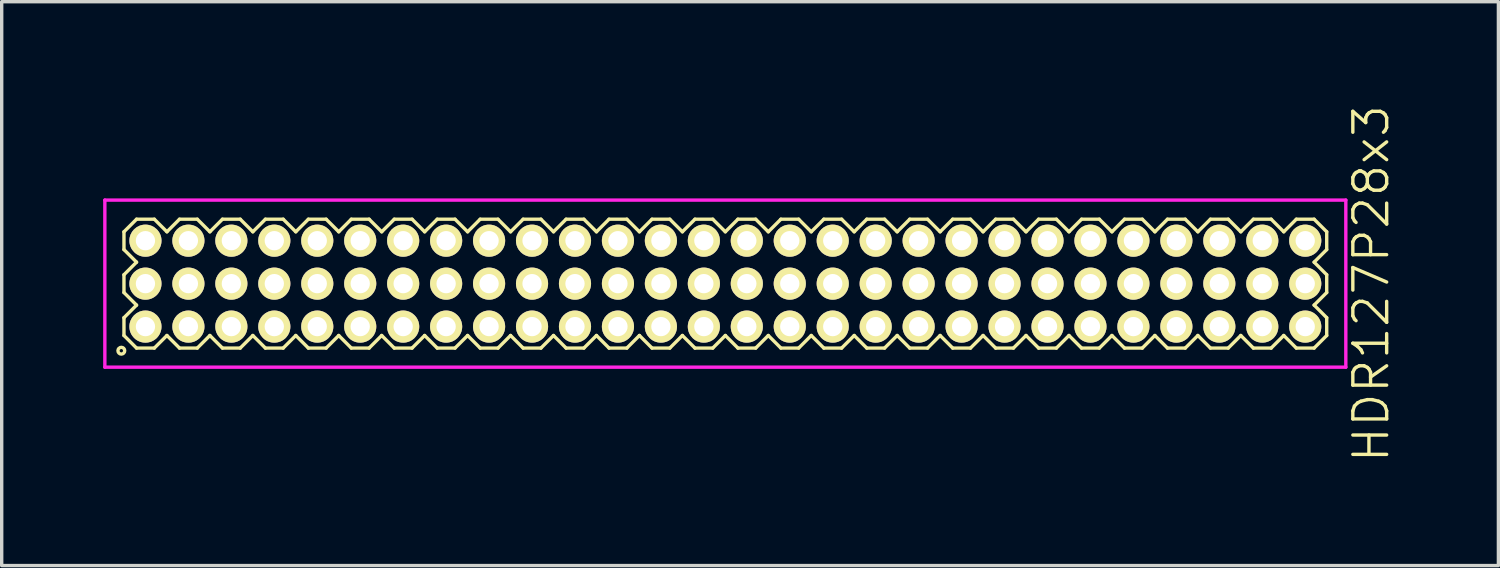
<source format=kicad_pcb>
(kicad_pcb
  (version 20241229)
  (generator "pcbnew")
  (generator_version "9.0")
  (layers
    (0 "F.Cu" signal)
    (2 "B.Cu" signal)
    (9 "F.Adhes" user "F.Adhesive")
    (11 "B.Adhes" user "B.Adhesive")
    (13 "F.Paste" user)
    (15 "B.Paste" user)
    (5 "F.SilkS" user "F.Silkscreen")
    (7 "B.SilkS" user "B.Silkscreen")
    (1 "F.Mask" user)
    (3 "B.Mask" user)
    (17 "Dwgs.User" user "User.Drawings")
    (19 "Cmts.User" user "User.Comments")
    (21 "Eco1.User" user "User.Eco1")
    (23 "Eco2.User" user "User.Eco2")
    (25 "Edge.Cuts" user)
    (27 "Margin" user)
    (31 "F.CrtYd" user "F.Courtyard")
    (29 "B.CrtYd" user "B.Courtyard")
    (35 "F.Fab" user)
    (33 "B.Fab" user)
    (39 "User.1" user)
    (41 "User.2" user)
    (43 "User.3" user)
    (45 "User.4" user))
  (footprint "HDR127P28x3"
    (layer "F.Cu")
    (at 18.395 5.336)
    (property "Reference" "HDR127P28x3" (at 19.095 0 90) (layer "F.SilkS") (effects (font (size 1 1) (thickness 0.1))))
    (attr through_hole)
    (fp_line (start -17.78 -1.533) (end -17.408 -1.905) (stroke (width 0.1) (type solid)) (layer "F.SilkS"))
    (fp_line (start -17.78 -1.007) (end -17.78 -1.533) (stroke (width 0.1) (type solid)) (layer "F.SilkS"))
    (fp_line (start -17.78 -0.263) (end -17.408 -0.635) (stroke (width 0.1) (type solid)) (layer "F.SilkS"))
    (fp_line (start -17.78 0.263) (end -17.78 -0.263) (stroke (width 0.1) (type solid)) (layer "F.SilkS"))
    (fp_line (start -17.78 1.007) (end -17.408 0.635) (stroke (width 0.1) (type solid)) (layer "F.SilkS"))
    (fp_line (start -17.78 1.533) (end -17.78 1.007) (stroke (width 0.1) (type solid)) (layer "F.SilkS"))
    (fp_line (start -17.408 -1.905) (end -16.882 -1.905) (stroke (width 0.1) (type solid)) (layer "F.SilkS"))
    (fp_line (start -17.408 -0.635) (end -17.78 -1.007) (stroke (width 0.1) (type solid)) (layer "F.SilkS"))
    (fp_line (start -17.408 0.635) (end -17.78 0.263) (stroke (width 0.1) (type solid)) (layer "F.SilkS"))
    (fp_line (start -17.408 1.905) (end -17.78 1.533) (stroke (width 0.1) (type solid)) (layer "F.SilkS"))
    (fp_line (start -16.882 -1.905) (end -16.51 -1.533) (stroke (width 0.1) (type solid)) (layer "F.SilkS"))
    (fp_line (start -16.882 1.905) (end -17.408 1.905) (stroke (width 0.1) (type solid)) (layer "F.SilkS"))
    (fp_line (start -16.51 -1.533) (end -16.138 -1.905) (stroke (width 0.1) (type solid)) (layer "F.SilkS"))
    (fp_line (start -16.51 1.533) (end -16.882 1.905) (stroke (width 0.1) (type solid)) (layer "F.SilkS"))
    (fp_line (start -16.138 -1.905) (end -15.612 -1.905) (stroke (width 0.1) (type solid)) (layer "F.SilkS"))
    (fp_line (start -16.138 1.905) (end -16.51 1.533) (stroke (width 0.1) (type solid)) (layer "F.SilkS"))
    (fp_line (start -15.612 -1.905) (end -15.24 -1.533) (stroke (width 0.1) (type solid)) (layer "F.SilkS"))
    (fp_line (start -15.612 1.905) (end -16.138 1.905) (stroke (width 0.1) (type solid)) (layer "F.SilkS"))
    (fp_line (start -15.24 -1.533) (end -14.868 -1.905) (stroke (width 0.1) (type solid)) (layer "F.SilkS"))
    (fp_line (start -15.24 1.533) (end -15.612 1.905) (stroke (width 0.1) (type solid)) (layer "F.SilkS"))
    (fp_line (start -14.868 -1.905) (end -14.342 -1.905) (stroke (width 0.1) (type solid)) (layer "F.SilkS"))
    (fp_line (start -14.868 1.905) (end -15.24 1.533) (stroke (width 0.1) (type solid)) (layer "F.SilkS"))
    (fp_line (start -14.342 -1.905) (end -13.97 -1.533) (stroke (width 0.1) (type solid)) (layer "F.SilkS"))
    (fp_line (start -14.342 1.905) (end -14.868 1.905) (stroke (width 0.1) (type solid)) (layer "F.SilkS"))
    (fp_line (start -13.97 -1.533) (end -13.598 -1.905) (stroke (width 0.1) (type solid)) (layer "F.SilkS"))
    (fp_line (start -13.97 1.533) (end -14.342 1.905) (stroke (width 0.1) (type solid)) (layer "F.SilkS"))
    (fp_line (start -13.598 -1.905) (end -13.072 -1.905) (stroke (width 0.1) (type solid)) (layer "F.SilkS"))
    (fp_line (start -13.598 1.905) (end -13.97 1.533) (stroke (width 0.1) (type solid)) (layer "F.SilkS"))
    (fp_line (start -13.072 -1.905) (end -12.7 -1.533) (stroke (width 0.1) (type solid)) (layer "F.SilkS"))
    (fp_line (start -13.072 1.905) (end -13.598 1.905) (stroke (width 0.1) (type solid)) (layer "F.SilkS"))
    (fp_line (start -12.7 -1.533) (end -12.328 -1.905) (stroke (width 0.1) (type solid)) (layer "F.SilkS"))
    (fp_line (start -12.7 1.533) (end -13.072 1.905) (stroke (width 0.1) (type solid)) (layer "F.SilkS"))
    (fp_line (start -12.328 -1.905) (end -11.802 -1.905) (stroke (width 0.1) (type solid)) (layer "F.SilkS"))
    (fp_line (start -12.328 1.905) (end -12.7 1.533) (stroke (width 0.1) (type solid)) (layer "F.SilkS"))
    (fp_line (start -11.802 -1.905) (end -11.43 -1.533) (stroke (width 0.1) (type solid)) (layer "F.SilkS"))
    (fp_line (start -11.802 1.905) (end -12.328 1.905) (stroke (width 0.1) (type solid)) (layer "F.SilkS"))
    (fp_line (start -11.43 -1.533) (end -11.058 -1.905) (stroke (width 0.1) (type solid)) (layer "F.SilkS"))
    (fp_line (start -11.43 1.533) (end -11.802 1.905) (stroke (width 0.1) (type solid)) (layer "F.SilkS"))
    (fp_line (start -11.058 -1.905) (end -10.532 -1.905) (stroke (width 0.1) (type solid)) (layer "F.SilkS"))
    (fp_line (start -11.058 1.905) (end -11.43 1.533) (stroke (width 0.1) (type solid)) (layer "F.SilkS"))
    (fp_line (start -10.532 -1.905) (end -10.16 -1.533) (stroke (width 0.1) (type solid)) (layer "F.SilkS"))
    (fp_line (start -10.532 1.905) (end -11.058 1.905) (stroke (width 0.1) (type solid)) (layer "F.SilkS"))
    (fp_line (start -10.16 -1.533) (end -9.788 -1.905) (stroke (width 0.1) (type solid)) (layer "F.SilkS"))
    (fp_line (start -10.16 1.533) (end -10.532 1.905) (stroke (width 0.1) (type solid)) (layer "F.SilkS"))
    (fp_line (start -9.788 -1.905) (end -9.262 -1.905) (stroke (width 0.1) (type solid)) (layer "F.SilkS"))
    (fp_line (start -9.788 1.905) (end -10.16 1.533) (stroke (width 0.1) (type solid)) (layer "F.SilkS"))
    (fp_line (start -9.262 -1.905) (end -8.89 -1.533) (stroke (width 0.1) (type solid)) (layer "F.SilkS"))
    (fp_line (start -9.262 1.905) (end -9.788 1.905) (stroke (width 0.1) (type solid)) (layer "F.SilkS"))
    (fp_line (start -8.89 -1.533) (end -8.518 -1.905) (stroke (width 0.1) (type solid)) (layer "F.SilkS"))
    (fp_line (start -8.89 1.533) (end -9.262 1.905) (stroke (width 0.1) (type solid)) (layer "F.SilkS"))
    (fp_line (start -8.518 -1.905) (end -7.992 -1.905) (stroke (width 0.1) (type solid)) (layer "F.SilkS"))
    (fp_line (start -8.518 1.905) (end -8.89 1.533) (stroke (width 0.1) (type solid)) (layer "F.SilkS"))
    (fp_line (start -7.992 -1.905) (end -7.62 -1.533) (stroke (width 0.1) (type solid)) (layer "F.SilkS"))
    (fp_line (start -7.992 1.905) (end -8.518 1.905) (stroke (width 0.1) (type solid)) (layer "F.SilkS"))
    (fp_line (start -7.62 -1.533) (end -7.248 -1.905) (stroke (width 0.1) (type solid)) (layer "F.SilkS"))
    (fp_line (start -7.62 1.533) (end -7.992 1.905) (stroke (width 0.1) (type solid)) (layer "F.SilkS"))
    (fp_line (start -7.248 -1.905) (end -6.722 -1.905) (stroke (width 0.1) (type solid)) (layer "F.SilkS"))
    (fp_line (start -7.248 1.905) (end -7.62 1.533) (stroke (width 0.1) (type solid)) (layer "F.SilkS"))
    (fp_line (start -6.722 -1.905) (end -6.35 -1.533) (stroke (width 0.1) (type solid)) (layer "F.SilkS"))
    (fp_line (start -6.722 1.905) (end -7.248 1.905) (stroke (width 0.1) (type solid)) (layer "F.SilkS"))
    (fp_line (start -6.35 -1.533) (end -5.978 -1.905) (stroke (width 0.1) (type solid)) (layer "F.SilkS"))
    (fp_line (start -6.35 1.533) (end -6.722 1.905) (stroke (width 0.1) (type solid)) (layer "F.SilkS"))
    (fp_line (start -5.978 -1.905) (end -5.452 -1.905) (stroke (width 0.1) (type solid)) (layer "F.SilkS"))
    (fp_line (start -5.978 1.905) (end -6.35 1.533) (stroke (width 0.1) (type solid)) (layer "F.SilkS"))
    (fp_line (start -5.452 -1.905) (end -5.08 -1.533) (stroke (width 0.1) (type solid)) (layer "F.SilkS"))
    (fp_line (start -5.452 1.905) (end -5.978 1.905) (stroke (width 0.1) (type solid)) (layer "F.SilkS"))
    (fp_line (start -5.08 -1.533) (end -4.708 -1.905) (stroke (width 0.1) (type solid)) (layer "F.SilkS"))
    (fp_line (start -5.08 1.533) (end -5.452 1.905) (stroke (width 0.1) (type solid)) (layer "F.SilkS"))
    (fp_line (start -4.708 -1.905) (end -4.182 -1.905) (stroke (width 0.1) (type solid)) (layer "F.SilkS"))
    (fp_line (start -4.708 1.905) (end -5.08 1.533) (stroke (width 0.1) (type solid)) (layer "F.SilkS"))
    (fp_line (start -4.182 -1.905) (end -3.81 -1.533) (stroke (width 0.1) (type solid)) (layer "F.SilkS"))
    (fp_line (start -4.182 1.905) (end -4.708 1.905) (stroke (width 0.1) (type solid)) (layer "F.SilkS"))
    (fp_line (start -3.81 -1.533) (end -3.438 -1.905) (stroke (width 0.1) (type solid)) (layer "F.SilkS"))
    (fp_line (start -3.81 1.533) (end -4.182 1.905) (stroke (width 0.1) (type solid)) (layer "F.SilkS"))
    (fp_line (start -3.438 -1.905) (end -2.912 -1.905) (stroke (width 0.1) (type solid)) (layer "F.SilkS"))
    (fp_line (start -3.438 1.905) (end -3.81 1.533) (stroke (width 0.1) (type solid)) (layer "F.SilkS"))
    (fp_line (start -2.912 -1.905) (end -2.54 -1.533) (stroke (width 0.1) (type solid)) (layer "F.SilkS"))
    (fp_line (start -2.912 1.905) (end -3.438 1.905) (stroke (width 0.1) (type solid)) (layer "F.SilkS"))
    (fp_line (start -2.54 -1.533) (end -2.168 -1.905) (stroke (width 0.1) (type solid)) (layer "F.SilkS"))
    (fp_line (start -2.54 1.533) (end -2.912 1.905) (stroke (width 0.1) (type solid)) (layer "F.SilkS"))
    (fp_line (start -2.168 -1.905) (end -1.642 -1.905) (stroke (width 0.1) (type solid)) (layer "F.SilkS"))
    (fp_line (start -2.168 1.905) (end -2.54 1.533) (stroke (width 0.1) (type solid)) (layer "F.SilkS"))
    (fp_line (start -1.642 -1.905) (end -1.27 -1.533) (stroke (width 0.1) (type solid)) (layer "F.SilkS"))
    (fp_line (start -1.642 1.905) (end -2.168 1.905) (stroke (width 0.1) (type solid)) (layer "F.SilkS"))
    (fp_line (start -1.27 -1.533) (end -0.898 -1.905) (stroke (width 0.1) (type solid)) (layer "F.SilkS"))
    (fp_line (start -1.27 1.533) (end -1.642 1.905) (stroke (width 0.1) (type solid)) (layer "F.SilkS"))
    (fp_line (start -0.898 -1.905) (end -0.372 -1.905) (stroke (width 0.1) (type solid)) (layer "F.SilkS"))
    (fp_line (start -0.898 1.905) (end -1.27 1.533) (stroke (width 0.1) (type solid)) (layer "F.SilkS"))
    (fp_line (start -0.372 -1.905) (end 0 -1.533) (stroke (width 0.1) (type solid)) (layer "F.SilkS"))
    (fp_line (start -0.372 1.905) (end -0.898 1.905) (stroke (width 0.1) (type solid)) (layer "F.SilkS"))
    (fp_line (start 0 -1.533) (end 0.372 -1.905) (stroke (width 0.1) (type solid)) (layer "F.SilkS"))
    (fp_line (start 0 1.533) (end -0.372 1.905) (stroke (width 0.1) (type solid)) (layer "F.SilkS"))
    (fp_line (start 0.372 -1.905) (end 0.898 -1.905) (stroke (width 0.1) (type solid)) (layer "F.SilkS"))
    (fp_line (start 0.372 1.905) (end 0 1.533) (stroke (width 0.1) (type solid)) (layer "F.SilkS"))
    (fp_line (start 0.898 -1.905) (end 1.27 -1.533) (stroke (width 0.1) (type solid)) (layer "F.SilkS"))
    (fp_line (start 0.898 1.905) (end 0.372 1.905) (stroke (width 0.1) (type solid)) (layer "F.SilkS"))
    (fp_line (start 1.27 -1.533) (end 1.642 -1.905) (stroke (width 0.1) (type solid)) (layer "F.SilkS"))
    (fp_line (start 1.27 1.533) (end 0.898 1.905) (stroke (width 0.1) (type solid)) (layer "F.SilkS"))
    (fp_line (start 1.642 -1.905) (end 2.168 -1.905) (stroke (width 0.1) (type solid)) (layer "F.SilkS"))
    (fp_line (start 1.642 1.905) (end 1.27 1.533) (stroke (width 0.1) (type solid)) (layer "F.SilkS"))
    (fp_line (start 2.168 -1.905) (end 2.54 -1.533) (stroke (width 0.1) (type solid)) (layer "F.SilkS"))
    (fp_line (start 2.168 1.905) (end 1.642 1.905) (stroke (width 0.1) (type solid)) (layer "F.SilkS"))
    (fp_line (start 2.54 -1.533) (end 2.912 -1.905) (stroke (width 0.1) (type solid)) (layer "F.SilkS"))
    (fp_line (start 2.54 1.533) (end 2.168 1.905) (stroke (width 0.1) (type solid)) (layer "F.SilkS"))
    (fp_line (start 2.912 -1.905) (end 3.438 -1.905) (stroke (width 0.1) (type solid)) (layer "F.SilkS"))
    (fp_line (start 2.912 1.905) (end 2.54 1.533) (stroke (width 0.1) (type solid)) (layer "F.SilkS"))
    (fp_line (start 3.438 -1.905) (end 3.81 -1.533) (stroke (width 0.1) (type solid)) (layer "F.SilkS"))
    (fp_line (start 3.438 1.905) (end 2.912 1.905) (stroke (width 0.1) (type solid)) (layer "F.SilkS"))
    (fp_line (start 3.81 -1.533) (end 4.182 -1.905) (stroke (width 0.1) (type solid)) (layer "F.SilkS"))
    (fp_line (start 3.81 1.533) (end 3.438 1.905) (stroke (width 0.1) (type solid)) (layer "F.SilkS"))
    (fp_line (start 4.182 -1.905) (end 4.708 -1.905) (stroke (width 0.1) (type solid)) (layer "F.SilkS"))
    (fp_line (start 4.182 1.905) (end 3.81 1.533) (stroke (width 0.1) (type solid)) (layer "F.SilkS"))
    (fp_line (start 4.708 -1.905) (end 5.08 -1.533) (stroke (width 0.1) (type solid)) (layer "F.SilkS"))
    (fp_line (start 4.708 1.905) (end 4.182 1.905) (stroke (width 0.1) (type solid)) (layer "F.SilkS"))
    (fp_line (start 5.08 -1.533) (end 5.452 -1.905) (stroke (width 0.1) (type solid)) (layer "F.SilkS"))
    (fp_line (start 5.08 1.533) (end 4.708 1.905) (stroke (width 0.1) (type solid)) (layer "F.SilkS"))
    (fp_line (start 5.452 -1.905) (end 5.978 -1.905) (stroke (width 0.1) (type solid)) (layer "F.SilkS"))
    (fp_line (start 5.452 1.905) (end 5.08 1.533) (stroke (width 0.1) (type solid)) (layer "F.SilkS"))
    (fp_line (start 5.978 -1.905) (end 6.35 -1.533) (stroke (width 0.1) (type solid)) (layer "F.SilkS"))
    (fp_line (start 5.978 1.905) (end 5.452 1.905) (stroke (width 0.1) (type solid)) (layer "F.SilkS"))
    (fp_line (start 6.35 -1.533) (end 6.722 -1.905) (stroke (width 0.1) (type solid)) (layer "F.SilkS"))
    (fp_line (start 6.35 1.533) (end 5.978 1.905) (stroke (width 0.1) (type solid)) (layer "F.SilkS"))
    (fp_line (start 6.722 -1.905) (end 7.248 -1.905) (stroke (width 0.1) (type solid)) (layer "F.SilkS"))
    (fp_line (start 6.722 1.905) (end 6.35 1.533) (stroke (width 0.1) (type solid)) (layer "F.SilkS"))
    (fp_line (start 7.248 -1.905) (end 7.62 -1.533) (stroke (width 0.1) (type solid)) (layer "F.SilkS"))
    (fp_line (start 7.248 1.905) (end 6.722 1.905) (stroke (width 0.1) (type solid)) (layer "F.SilkS"))
    (fp_line (start 7.62 -1.533) (end 7.992 -1.905) (stroke (width 0.1) (type solid)) (layer "F.SilkS"))
    (fp_line (start 7.62 1.533) (end 7.248 1.905) (stroke (width 0.1) (type solid)) (layer "F.SilkS"))
    (fp_line (start 7.992 -1.905) (end 8.518 -1.905) (stroke (width 0.1) (type solid)) (layer "F.SilkS"))
    (fp_line (start 7.992 1.905) (end 7.62 1.533) (stroke (width 0.1) (type solid)) (layer "F.SilkS"))
    (fp_line (start 8.518 -1.905) (end 8.89 -1.533) (stroke (width 0.1) (type solid)) (layer "F.SilkS"))
    (fp_line (start 8.518 1.905) (end 7.992 1.905) (stroke (width 0.1) (type solid)) (layer "F.SilkS"))
    (fp_line (start 8.89 -1.533) (end 9.262 -1.905) (stroke (width 0.1) (type solid)) (layer "F.SilkS"))
    (fp_line (start 8.89 1.533) (end 8.518 1.905) (stroke (width 0.1) (type solid)) (layer "F.SilkS"))
    (fp_line (start 9.262 -1.905) (end 9.788 -1.905) (stroke (width 0.1) (type solid)) (layer "F.SilkS"))
    (fp_line (start 9.262 1.905) (end 8.89 1.533) (stroke (width 0.1) (type solid)) (layer "F.SilkS"))
    (fp_line (start 9.788 -1.905) (end 10.16 -1.533) (stroke (width 0.1) (type solid)) (layer "F.SilkS"))
    (fp_line (start 9.788 1.905) (end 9.262 1.905) (stroke (width 0.1) (type solid)) (layer "F.SilkS"))
    (fp_line (start 10.16 -1.533) (end 10.532 -1.905) (stroke (width 0.1) (type solid)) (layer "F.SilkS"))
    (fp_line (start 10.16 1.533) (end 9.788 1.905) (stroke (width 0.1) (type solid)) (layer "F.SilkS"))
    (fp_line (start 10.532 -1.905) (end 11.058 -1.905) (stroke (width 0.1) (type solid)) (layer "F.SilkS"))
    (fp_line (start 10.532 1.905) (end 10.16 1.533) (stroke (width 0.1) (type solid)) (layer "F.SilkS"))
    (fp_line (start 11.058 -1.905) (end 11.43 -1.533) (stroke (width 0.1) (type solid)) (layer "F.SilkS"))
    (fp_line (start 11.058 1.905) (end 10.532 1.905) (stroke (width 0.1) (type solid)) (layer "F.SilkS"))
    (fp_line (start 11.43 -1.533) (end 11.802 -1.905) (stroke (width 0.1) (type solid)) (layer "F.SilkS"))
    (fp_line (start 11.43 1.533) (end 11.058 1.905) (stroke (width 0.1) (type solid)) (layer "F.SilkS"))
    (fp_line (start 11.802 -1.905) (end 12.328 -1.905) (stroke (width 0.1) (type solid)) (layer "F.SilkS"))
    (fp_line (start 11.802 1.905) (end 11.43 1.533) (stroke (width 0.1) (type solid)) (layer "F.SilkS"))
    (fp_line (start 12.328 -1.905) (end 12.7 -1.533) (stroke (width 0.1) (type solid)) (layer "F.SilkS"))
    (fp_line (start 12.328 1.905) (end 11.802 1.905) (stroke (width 0.1) (type solid)) (layer "F.SilkS"))
    (fp_line (start 12.7 -1.533) (end 13.072 -1.905) (stroke (width 0.1) (type solid)) (layer "F.SilkS"))
    (fp_line (start 12.7 1.533) (end 12.328 1.905) (stroke (width 0.1) (type solid)) (layer "F.SilkS"))
    (fp_line (start 13.072 -1.905) (end 13.598 -1.905) (stroke (width 0.1) (type solid)) (layer "F.SilkS"))
    (fp_line (start 13.072 1.905) (end 12.7 1.533) (stroke (width 0.1) (type solid)) (layer "F.SilkS"))
    (fp_line (start 13.598 -1.905) (end 13.97 -1.533) (stroke (width 0.1) (type solid)) (layer "F.SilkS"))
    (fp_line (start 13.598 1.905) (end 13.072 1.905) (stroke (width 0.1) (type solid)) (layer "F.SilkS"))
    (fp_line (start 13.97 -1.533) (end 14.342 -1.905) (stroke (width 0.1) (type solid)) (layer "F.SilkS"))
    (fp_line (start 13.97 1.533) (end 13.598 1.905) (stroke (width 0.1) (type solid)) (layer "F.SilkS"))
    (fp_line (start 14.342 -1.905) (end 14.868 -1.905) (stroke (width 0.1) (type solid)) (layer "F.SilkS"))
    (fp_line (start 14.342 1.905) (end 13.97 1.533) (stroke (width 0.1) (type solid)) (layer "F.SilkS"))
    (fp_line (start 14.868 -1.905) (end 15.24 -1.533) (stroke (width 0.1) (type solid)) (layer "F.SilkS"))
    (fp_line (start 14.868 1.905) (end 14.342 1.905) (stroke (width 0.1) (type solid)) (layer "F.SilkS"))
    (fp_line (start 15.24 -1.533) (end 15.612 -1.905) (stroke (width 0.1) (type solid)) (layer "F.SilkS"))
    (fp_line (start 15.24 1.533) (end 14.868 1.905) (stroke (width 0.1) (type solid)) (layer "F.SilkS"))
    (fp_line (start 15.612 -1.905) (end 16.138 -1.905) (stroke (width 0.1) (type solid)) (layer "F.SilkS"))
    (fp_line (start 15.612 1.905) (end 15.24 1.533) (stroke (width 0.1) (type solid)) (layer "F.SilkS"))
    (fp_line (start 16.138 -1.905) (end 16.51 -1.533) (stroke (width 0.1) (type solid)) (layer "F.SilkS"))
    (fp_line (start 16.138 1.905) (end 15.612 1.905) (stroke (width 0.1) (type solid)) (layer "F.SilkS"))
    (fp_line (start 16.51 -1.533) (end 16.882 -1.905) (stroke (width 0.1) (type solid)) (layer "F.SilkS"))
    (fp_line (start 16.51 1.533) (end 16.138 1.905) (stroke (width 0.1) (type solid)) (layer "F.SilkS"))
    (fp_line (start 16.882 -1.905) (end 17.408 -1.905) (stroke (width 0.1) (type solid)) (layer "F.SilkS"))
    (fp_line (start 16.882 1.905) (end 16.51 1.533) (stroke (width 0.1) (type solid)) (layer "F.SilkS"))
    (fp_line (start 17.408 -1.905) (end 17.78 -1.533) (stroke (width 0.1) (type solid)) (layer "F.SilkS"))
    (fp_line (start 17.408 -0.635) (end 17.78 -0.263) (stroke (width 0.1) (type solid)) (layer "F.SilkS"))
    (fp_line (start 17.408 0.635) (end 17.78 1.007) (stroke (width 0.1) (type solid)) (layer "F.SilkS"))
    (fp_line (start 17.408 1.905) (end 16.882 1.905) (stroke (width 0.1) (type solid)) (layer "F.SilkS"))
    (fp_line (start 17.78 -1.533) (end 17.78 -1.007) (stroke (width 0.1) (type solid)) (layer "F.SilkS"))
    (fp_line (start 17.78 -1.007) (end 17.408 -0.635) (stroke (width 0.1) (type solid)) (layer "F.SilkS"))
    (fp_line (start 17.78 -0.263) (end 17.78 0.263) (stroke (width 0.1) (type solid)) (layer "F.SilkS"))
    (fp_line (start 17.78 0.263) (end 17.408 0.635) (stroke (width 0.1) (type solid)) (layer "F.SilkS"))
    (fp_line (start 17.78 1.007) (end 17.78 1.533) (stroke (width 0.1) (type solid)) (layer "F.SilkS"))
    (fp_line (start 17.78 1.533) (end 17.408 1.905) (stroke (width 0.1) (type solid)) (layer "F.SilkS"))
    (fp_circle (center -17.858 1.983) (end -17.758 1.983) (stroke (width 0.1) (type solid)) (fill no) (layer "F.SilkS"))
    (fp_line (start -18.345 -2.47) (end -18.345 2.47) (stroke (width 0.1) (type solid)) (layer "F.CrtYd"))
    (fp_line (start -18.345 2.47) (end 18.345 2.47) (stroke (width 0.1) (type solid)) (layer "F.CrtYd"))
    (fp_line (start 18.345 -2.47) (end -18.345 -2.47) (stroke (width 0.1) (type solid)) (layer "F.CrtYd"))
    (fp_line (start 18.345 2.47) (end 18.345 -2.47) (stroke (width 0.1) (type solid)) (layer "F.CrtYd"))
    (pad "1" thru_hole oval (at -17.145 1.27) (size 0.95 0.95) (drill 0.57) (layers "*.Cu" "*.Mask" "F.SilkS"))
    (pad "2" thru_hole oval (at -17.145 0) (size 0.95 0.95) (drill 0.57) (layers "*.Cu" "*.Mask" "F.SilkS"))
    (pad "3" thru_hole oval (at -17.145 -1.27) (size 0.95 0.95) (drill 0.57) (layers "*.Cu" "*.Mask" "F.SilkS"))
    (pad "4" thru_hole oval (at -15.875 1.27) (size 0.95 0.95) (drill 0.57) (layers "*.Cu" "*.Mask" "F.SilkS"))
    (pad "5" thru_hole oval (at -15.875 0) (size 0.95 0.95) (drill 0.57) (layers "*.Cu" "*.Mask" "F.SilkS"))
    (pad "6" thru_hole oval (at -15.875 -1.27) (size 0.95 0.95) (drill 0.57) (layers "*.Cu" "*.Mask" "F.SilkS"))
    (pad "7" thru_hole oval (at -14.605 1.27) (size 0.95 0.95) (drill 0.57) (layers "*.Cu" "*.Mask" "F.SilkS"))
    (pad "8" thru_hole oval (at -14.605 0) (size 0.95 0.95) (drill 0.57) (layers "*.Cu" "*.Mask" "F.SilkS"))
    (pad "9" thru_hole oval (at -14.605 -1.27) (size 0.95 0.95) (drill 0.57) (layers "*.Cu" "*.Mask" "F.SilkS"))
    (pad "10" thru_hole oval (at -13.335 1.27) (size 0.95 0.95) (drill 0.57) (layers "*.Cu" "*.Mask" "F.SilkS"))
    (pad "11" thru_hole oval (at -13.335 0) (size 0.95 0.95) (drill 0.57) (layers "*.Cu" "*.Mask" "F.SilkS"))
    (pad "12" thru_hole oval (at -13.335 -1.27) (size 0.95 0.95) (drill 0.57) (layers "*.Cu" "*.Mask" "F.SilkS"))
    (pad "13" thru_hole oval (at -12.065 1.27) (size 0.95 0.95) (drill 0.57) (layers "*.Cu" "*.Mask" "F.SilkS"))
    (pad "14" thru_hole oval (at -12.065 0) (size 0.95 0.95) (drill 0.57) (layers "*.Cu" "*.Mask" "F.SilkS"))
    (pad "15" thru_hole oval (at -12.065 -1.27) (size 0.95 0.95) (drill 0.57) (layers "*.Cu" "*.Mask" "F.SilkS"))
    (pad "16" thru_hole oval (at -10.795 1.27) (size 0.95 0.95) (drill 0.57) (layers "*.Cu" "*.Mask" "F.SilkS"))
    (pad "17" thru_hole oval (at -10.795 0) (size 0.95 0.95) (drill 0.57) (layers "*.Cu" "*.Mask" "F.SilkS"))
    (pad "18" thru_hole oval (at -10.795 -1.27) (size 0.95 0.95) (drill 0.57) (layers "*.Cu" "*.Mask" "F.SilkS"))
    (pad "19" thru_hole oval (at -9.525 1.27) (size 0.95 0.95) (drill 0.57) (layers "*.Cu" "*.Mask" "F.SilkS"))
    (pad "20" thru_hole oval (at -9.525 0) (size 0.95 0.95) (drill 0.57) (layers "*.Cu" "*.Mask" "F.SilkS"))
    (pad "21" thru_hole oval (at -9.525 -1.27) (size 0.95 0.95) (drill 0.57) (layers "*.Cu" "*.Mask" "F.SilkS"))
    (pad "22" thru_hole oval (at -8.255 1.27) (size 0.95 0.95) (drill 0.57) (layers "*.Cu" "*.Mask" "F.SilkS"))
    (pad "23" thru_hole oval (at -8.255 0) (size 0.95 0.95) (drill 0.57) (layers "*.Cu" "*.Mask" "F.SilkS"))
    (pad "24" thru_hole oval (at -8.255 -1.27) (size 0.95 0.95) (drill 0.57) (layers "*.Cu" "*.Mask" "F.SilkS"))
    (pad "25" thru_hole oval (at -6.985 1.27) (size 0.95 0.95) (drill 0.57) (layers "*.Cu" "*.Mask" "F.SilkS"))
    (pad "26" thru_hole oval (at -6.985 0) (size 0.95 0.95) (drill 0.57) (layers "*.Cu" "*.Mask" "F.SilkS"))
    (pad "27" thru_hole oval (at -6.985 -1.27) (size 0.95 0.95) (drill 0.57) (layers "*.Cu" "*.Mask" "F.SilkS"))
    (pad "28" thru_hole oval (at -5.715 1.27) (size 0.95 0.95) (drill 0.57) (layers "*.Cu" "*.Mask" "F.SilkS"))
    (pad "29" thru_hole oval (at -5.715 0) (size 0.95 0.95) (drill 0.57) (layers "*.Cu" "*.Mask" "F.SilkS"))
    (pad "30" thru_hole oval (at -5.715 -1.27) (size 0.95 0.95) (drill 0.57) (layers "*.Cu" "*.Mask" "F.SilkS"))
    (pad "31" thru_hole oval (at -4.445 1.27) (size 0.95 0.95) (drill 0.57) (layers "*.Cu" "*.Mask" "F.SilkS"))
    (pad "32" thru_hole oval (at -4.445 0) (size 0.95 0.95) (drill 0.57) (layers "*.Cu" "*.Mask" "F.SilkS"))
    (pad "33" thru_hole oval (at -4.445 -1.27) (size 0.95 0.95) (drill 0.57) (layers "*.Cu" "*.Mask" "F.SilkS"))
    (pad "34" thru_hole oval (at -3.175 1.27) (size 0.95 0.95) (drill 0.57) (layers "*.Cu" "*.Mask" "F.SilkS"))
    (pad "35" thru_hole oval (at -3.175 0) (size 0.95 0.95) (drill 0.57) (layers "*.Cu" "*.Mask" "F.SilkS"))
    (pad "36" thru_hole oval (at -3.175 -1.27) (size 0.95 0.95) (drill 0.57) (layers "*.Cu" "*.Mask" "F.SilkS"))
    (pad "37" thru_hole oval (at -1.905 1.27) (size 0.95 0.95) (drill 0.57) (layers "*.Cu" "*.Mask" "F.SilkS"))
    (pad "38" thru_hole oval (at -1.905 0) (size 0.95 0.95) (drill 0.57) (layers "*.Cu" "*.Mask" "F.SilkS"))
    (pad "39" thru_hole oval (at -1.905 -1.27) (size 0.95 0.95) (drill 0.57) (layers "*.Cu" "*.Mask" "F.SilkS"))
    (pad "40" thru_hole oval (at -0.635 1.27) (size 0.95 0.95) (drill 0.57) (layers "*.Cu" "*.Mask" "F.SilkS"))
    (pad "41" thru_hole oval (at -0.635 0) (size 0.95 0.95) (drill 0.57) (layers "*.Cu" "*.Mask" "F.SilkS"))
    (pad "42" thru_hole oval (at -0.635 -1.27) (size 0.95 0.95) (drill 0.57) (layers "*.Cu" "*.Mask" "F.SilkS"))
    (pad "43" thru_hole oval (at 0.635 1.27) (size 0.95 0.95) (drill 0.57) (layers "*.Cu" "*.Mask" "F.SilkS"))
    (pad "44" thru_hole oval (at 0.635 0) (size 0.95 0.95) (drill 0.57) (layers "*.Cu" "*.Mask" "F.SilkS"))
    (pad "45" thru_hole oval (at 0.635 -1.27) (size 0.95 0.95) (drill 0.57) (layers "*.Cu" "*.Mask" "F.SilkS"))
    (pad "46" thru_hole oval (at 1.905 1.27) (size 0.95 0.95) (drill 0.57) (layers "*.Cu" "*.Mask" "F.SilkS"))
    (pad "47" thru_hole oval (at 1.905 0) (size 0.95 0.95) (drill 0.57) (layers "*.Cu" "*.Mask" "F.SilkS"))
    (pad "48" thru_hole oval (at 1.905 -1.27) (size 0.95 0.95) (drill 0.57) (layers "*.Cu" "*.Mask" "F.SilkS"))
    (pad "49" thru_hole oval (at 3.175 1.27) (size 0.95 0.95) (drill 0.57) (layers "*.Cu" "*.Mask" "F.SilkS"))
    (pad "50" thru_hole oval (at 3.175 0) (size 0.95 0.95) (drill 0.57) (layers "*.Cu" "*.Mask" "F.SilkS"))
    (pad "51" thru_hole oval (at 3.175 -1.27) (size 0.95 0.95) (drill 0.57) (layers "*.Cu" "*.Mask" "F.SilkS"))
    (pad "52" thru_hole oval (at 4.445 1.27) (size 0.95 0.95) (drill 0.57) (layers "*.Cu" "*.Mask" "F.SilkS"))
    (pad "53" thru_hole oval (at 4.445 0) (size 0.95 0.95) (drill 0.57) (layers "*.Cu" "*.Mask" "F.SilkS"))
    (pad "54" thru_hole oval (at 4.445 -1.27) (size 0.95 0.95) (drill 0.57) (layers "*.Cu" "*.Mask" "F.SilkS"))
    (pad "55" thru_hole oval (at 5.715 1.27) (size 0.95 0.95) (drill 0.57) (layers "*.Cu" "*.Mask" "F.SilkS"))
    (pad "56" thru_hole oval (at 5.715 0) (size 0.95 0.95) (drill 0.57) (layers "*.Cu" "*.Mask" "F.SilkS"))
    (pad "57" thru_hole oval (at 5.715 -1.27) (size 0.95 0.95) (drill 0.57) (layers "*.Cu" "*.Mask" "F.SilkS"))
    (pad "58" thru_hole oval (at 6.985 1.27) (size 0.95 0.95) (drill 0.57) (layers "*.Cu" "*.Mask" "F.SilkS"))
    (pad "59" thru_hole oval (at 6.985 0) (size 0.95 0.95) (drill 0.57) (layers "*.Cu" "*.Mask" "F.SilkS"))
    (pad "60" thru_hole oval (at 6.985 -1.27) (size 0.95 0.95) (drill 0.57) (layers "*.Cu" "*.Mask" "F.SilkS"))
    (pad "61" thru_hole oval (at 8.255 1.27) (size 0.95 0.95) (drill 0.57) (layers "*.Cu" "*.Mask" "F.SilkS"))
    (pad "62" thru_hole oval (at 8.255 0) (size 0.95 0.95) (drill 0.57) (layers "*.Cu" "*.Mask" "F.SilkS"))
    (pad "63" thru_hole oval (at 8.255 -1.27) (size 0.95 0.95) (drill 0.57) (layers "*.Cu" "*.Mask" "F.SilkS"))
    (pad "64" thru_hole oval (at 9.525 1.27) (size 0.95 0.95) (drill 0.57) (layers "*.Cu" "*.Mask" "F.SilkS"))
    (pad "65" thru_hole oval (at 9.525 0) (size 0.95 0.95) (drill 0.57) (layers "*.Cu" "*.Mask" "F.SilkS"))
    (pad "66" thru_hole oval (at 9.525 -1.27) (size 0.95 0.95) (drill 0.57) (layers "*.Cu" "*.Mask" "F.SilkS"))
    (pad "67" thru_hole oval (at 10.795 1.27) (size 0.95 0.95) (drill 0.57) (layers "*.Cu" "*.Mask" "F.SilkS"))
    (pad "68" thru_hole oval (at 10.795 0) (size 0.95 0.95) (drill 0.57) (layers "*.Cu" "*.Mask" "F.SilkS"))
    (pad "69" thru_hole oval (at 10.795 -1.27) (size 0.95 0.95) (drill 0.57) (layers "*.Cu" "*.Mask" "F.SilkS"))
    (pad "70" thru_hole oval (at 12.065 1.27) (size 0.95 0.95) (drill 0.57) (layers "*.Cu" "*.Mask" "F.SilkS"))
    (pad "71" thru_hole oval (at 12.065 0) (size 0.95 0.95) (drill 0.57) (layers "*.Cu" "*.Mask" "F.SilkS"))
    (pad "72" thru_hole oval (at 12.065 -1.27) (size 0.95 0.95) (drill 0.57) (layers "*.Cu" "*.Mask" "F.SilkS"))
    (pad "73" thru_hole oval (at 13.335 1.27) (size 0.95 0.95) (drill 0.57) (layers "*.Cu" "*.Mask" "F.SilkS"))
    (pad "74" thru_hole oval (at 13.335 0) (size 0.95 0.95) (drill 0.57) (layers "*.Cu" "*.Mask" "F.SilkS"))
    (pad "75" thru_hole oval (at 13.335 -1.27) (size 0.95 0.95) (drill 0.57) (layers "*.Cu" "*.Mask" "F.SilkS"))
    (pad "76" thru_hole oval (at 14.605 1.27) (size 0.95 0.95) (drill 0.57) (layers "*.Cu" "*.Mask" "F.SilkS"))
    (pad "77" thru_hole oval (at 14.605 0) (size 0.95 0.95) (drill 0.57) (layers "*.Cu" "*.Mask" "F.SilkS"))
    (pad "78" thru_hole oval (at 14.605 -1.27) (size 0.95 0.95) (drill 0.57) (layers "*.Cu" "*.Mask" "F.SilkS"))
    (pad "79" thru_hole oval (at 15.875 1.27) (size 0.95 0.95) (drill 0.57) (layers "*.Cu" "*.Mask" "F.SilkS"))
    (pad "80" thru_hole oval (at 15.875 0) (size 0.95 0.95) (drill 0.57) (layers "*.Cu" "*.Mask" "F.SilkS"))
    (pad "81" thru_hole oval (at 15.875 -1.27) (size 0.95 0.95) (drill 0.57) (layers "*.Cu" "*.Mask" "F.SilkS"))
    (pad "82" thru_hole oval (at 17.145 1.27) (size 0.95 0.95) (drill 0.57) (layers "*.Cu" "*.Mask" "F.SilkS"))
    (pad "83" thru_hole oval (at 17.145 0) (size 0.95 0.95) (drill 0.57) (layers "*.Cu" "*.Mask" "F.SilkS"))
    (pad "84" thru_hole oval (at 17.145 -1.27) (size 0.95 0.95) (drill 0.57) (layers "*.Cu" "*.Mask" "F.SilkS")))
  (gr_rect
    (start -3 -3)
    (end 41.251 13.671)
    (stroke (width 0.1) (type default))
    (fill no)
    (layer "Edge.Cuts")))
</source>
